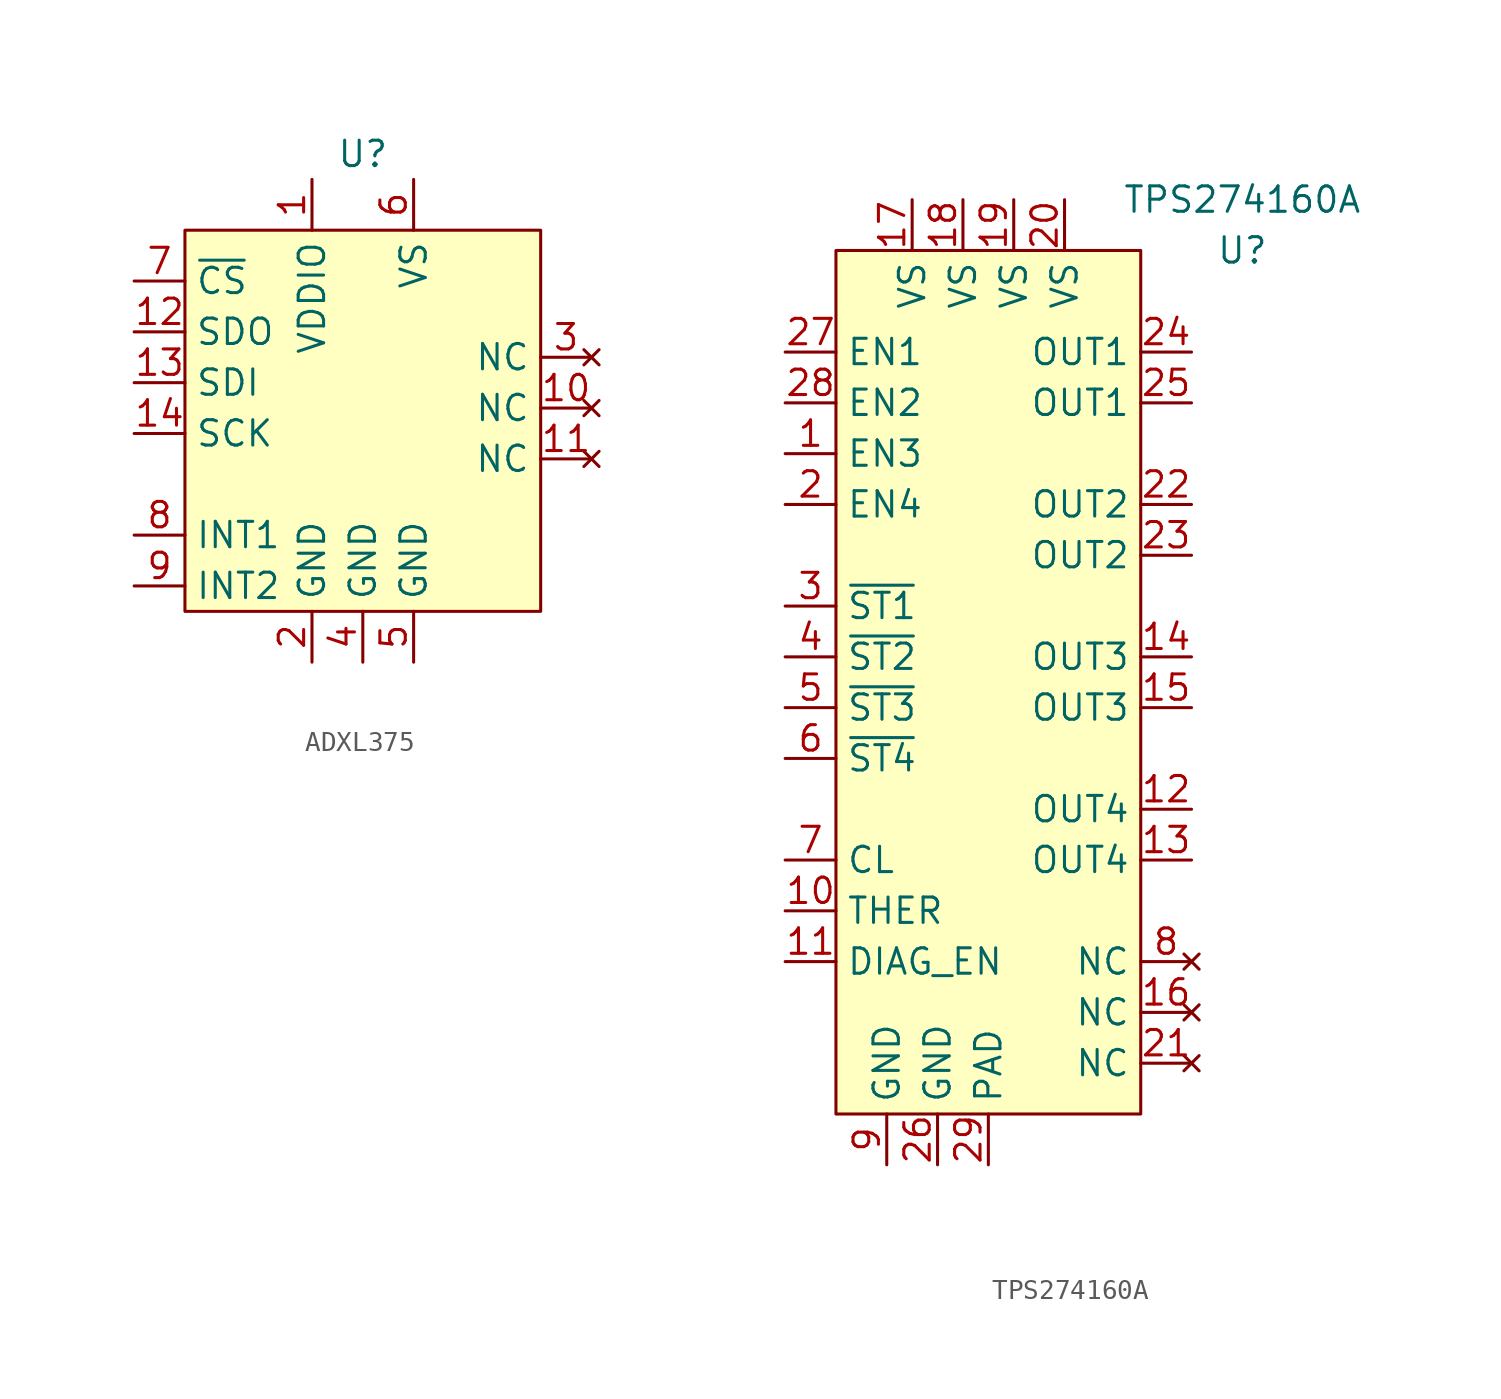
<source format=kicad_sym>
(kicad_symbol_lib
  (version 20220914)
  (generator kicad_symbol_editor)
  (symbol "ADXL375"
    (property "Reference" "U"
      (at 0 12.7 0)
      (effects (font (size 1.27 1.27))))
    (property "Value" ""
      (at 0 -2.54 0)
      (effects (font (size 1.27 1.27))))
    (symbol "ADXL375_1_1"
      (rectangle (start -8.89 8.89) (end 8.89 -10.16) (stroke (width 0) (type default)) (fill (type background)))
      (pin power_in line (at -2.54 11.43 270) (length 2.54) (name "VDDIO" (effects (font (size 1.27 1.27)))) (number "1" (effects (font (size 1.27 1.27)))))
      (pin no_connect line (at 11.43 0 180) (length 2.54) (name "NC" (effects (font (size 1.27 1.27)))) (number "10" (effects (font (size 1.27 1.27)))))
      (pin no_connect line (at 11.43 -2.54 180) (length 2.54) (name "NC" (effects (font (size 1.27 1.27)))) (number "11" (effects (font (size 1.27 1.27)))))
      (pin output line (at -11.43 3.81 0) (length 2.54) (name "SDO" (effects (font (size 1.27 1.27)))) (number "12" (effects (font (size 1.27 1.27)))))
      (pin input line (at -11.43 1.27 0) (length 2.54) (name "SDI" (effects (font (size 1.27 1.27)))) (number "13" (effects (font (size 1.27 1.27)))))
      (pin input line (at -11.43 -1.27 0) (length 2.54) (name "SCK" (effects (font (size 1.27 1.27)))) (number "14" (effects (font (size 1.27 1.27)))))
      (pin power_in line (at -2.54 -12.7 90) (length 2.54) (name "GND" (effects (font (size 1.27 1.27)))) (number "2" (effects (font (size 1.27 1.27)))))
      (pin no_connect line (at 11.43 2.54 180) (length 2.54) (name "NC" (effects (font (size 1.27 1.27)))) (number "3" (effects (font (size 1.27 1.27)))))
      (pin power_in line (at 0 -12.7 90) (length 2.54) (name "GND" (effects (font (size 1.27 1.27)))) (number "4" (effects (font (size 1.27 1.27)))))
      (pin power_in line (at 2.54 -12.7 90) (length 2.54) (name "GND" (effects (font (size 1.27 1.27)))) (number "5" (effects (font (size 1.27 1.27)))))
      (pin power_in line (at 2.54 11.43 270) (length 2.54) (name "VS" (effects (font (size 1.27 1.27)))) (number "6" (effects (font (size 1.27 1.27)))))
      (pin input line (at -11.43 6.35 0) (length 2.54) (name "~{CS}" (effects (font (size 1.27 1.27)))) (number "7" (effects (font (size 1.27 1.27)))))
      (pin output line (at -11.43 -6.35 0) (length 2.54) (name "INT1" (effects (font (size 1.27 1.27)))) (number "8" (effects (font (size 1.27 1.27)))))
      (pin output line (at -11.43 -8.89 0) (length 2.54) (name "INT2" (effects (font (size 1.27 1.27)))) (number "9" (effects (font (size 1.27 1.27)))))))
  (symbol "TPS274160A"
    (property "Reference" "U"
      (at 12.7 20.32 0)
      (effects (font (size 1.27 1.27))))
    (property "Value" "TPS274160A"
      (at 12.7 22.86 0)
      (effects (font (size 1.27 1.27))))
    (symbol "TPS274160A_0_1"
      (rectangle (start -7.62 20.32) (end 7.62 -22.86) (stroke (width 0) (type default)) (fill (type background))))
    (symbol "TPS274160A_1_1"
      (pin input line (at -10.16 10.16 0) (length 2.54) (name "EN3" (effects (font (size 1.27 1.27)))) (number "1" (effects (font (size 1.27 1.27)))))
      (pin input line (at -10.16 -12.7 0) (length 2.54) (name "THER" (effects (font (size 1.27 1.27)))) (number "10" (effects (font (size 1.27 1.27)))))
      (pin input line (at -10.16 -15.24 0) (length 2.54) (name "DIAG_EN" (effects (font (size 1.27 1.27)))) (number "11" (effects (font (size 1.27 1.27)))))
      (pin power_out line (at 10.16 -7.62 180) (length 2.54) (name "OUT4" (effects (font (size 1.27 1.27)))) (number "12" (effects (font (size 1.27 1.27)))))
      (pin power_out line (at 10.16 -10.16 180) (length 2.54) (name "OUT4" (effects (font (size 1.27 1.27)))) (number "13" (effects (font (size 1.27 1.27)))))
      (pin power_out line (at 10.16 0 180) (length 2.54) (name "OUT3" (effects (font (size 1.27 1.27)))) (number "14" (effects (font (size 1.27 1.27)))))
      (pin power_out line (at 10.16 -2.54 180) (length 2.54) (name "OUT3" (effects (font (size 1.27 1.27)))) (number "15" (effects (font (size 1.27 1.27)))))
      (pin no_connect line (at 10.16 -17.78 180) (length 2.54) (name "NC" (effects (font (size 1.27 1.27)))) (number "16" (effects (font (size 1.27 1.27)))))
      (pin power_in line (at -3.81 22.86 270) (length 2.54) (name "VS" (effects (font (size 1.27 1.27)))) (number "17" (effects (font (size 1.27 1.27)))))
      (pin power_in line (at -1.27 22.86 270) (length 2.54) (name "VS" (effects (font (size 1.27 1.27)))) (number "18" (effects (font (size 1.27 1.27)))))
      (pin power_in line (at 1.27 22.86 270) (length 2.54) (name "VS" (effects (font (size 1.27 1.27)))) (number "19" (effects (font (size 1.27 1.27)))))
      (pin input line (at -10.16 7.62 0) (length 2.54) (name "EN4" (effects (font (size 1.27 1.27)))) (number "2" (effects (font (size 1.27 1.27)))))
      (pin power_in line (at 3.81 22.86 270) (length 2.54) (name "VS" (effects (font (size 1.27 1.27)))) (number "20" (effects (font (size 1.27 1.27)))))
      (pin no_connect line (at 10.16 -20.32 180) (length 2.54) (name "NC" (effects (font (size 1.27 1.27)))) (number "21" (effects (font (size 1.27 1.27)))))
      (pin power_out line (at 10.16 7.62 180) (length 2.54) (name "OUT2" (effects (font (size 1.27 1.27)))) (number "22" (effects (font (size 1.27 1.27)))))
      (pin power_out line (at 10.16 5.08 180) (length 2.54) (name "OUT2" (effects (font (size 1.27 1.27)))) (number "23" (effects (font (size 1.27 1.27)))))
      (pin power_out line (at 10.16 15.24 180) (length 2.54) (name "OUT1" (effects (font (size 1.27 1.27)))) (number "24" (effects (font (size 1.27 1.27)))))
      (pin power_out line (at 10.16 12.7 180) (length 2.54) (name "OUT1" (effects (font (size 1.27 1.27)))) (number "25" (effects (font (size 1.27 1.27)))))
      (pin power_in line (at -2.54 -25.4 90) (length 2.54) (name "GND" (effects (font (size 1.27 1.27)))) (number "26" (effects (font (size 1.27 1.27)))))
      (pin input line (at -10.16 15.24 0) (length 2.54) (name "EN1" (effects (font (size 1.27 1.27)))) (number "27" (effects (font (size 1.27 1.27)))))
      (pin input line (at -10.16 12.7 0) (length 2.54) (name "EN2" (effects (font (size 1.27 1.27)))) (number "28" (effects (font (size 1.27 1.27)))))
      (pin power_in line (at 0 -25.4 90) (length 2.54) (name "PAD" (effects (font (size 1.27 1.27)))) (number "29" (effects (font (size 1.27 1.27)))))
      (pin output line (at -10.16 2.54 0) (length 2.54) (name "~{ST1}" (effects (font (size 1.27 1.27)))) (number "3" (effects (font (size 1.27 1.27)))))
      (pin output line (at -10.16 0 0) (length 2.54) (name "~{ST2}" (effects (font (size 1.27 1.27)))) (number "4" (effects (font (size 1.27 1.27)))))
      (pin output line (at -10.16 -2.54 0) (length 2.54) (name "~{ST3}" (effects (font (size 1.27 1.27)))) (number "5" (effects (font (size 1.27 1.27)))))
      (pin output line (at -10.16 -5.08 0) (length 2.54) (name "~{ST4}" (effects (font (size 1.27 1.27)))) (number "6" (effects (font (size 1.27 1.27)))))
      (pin output line (at -10.16 -10.16 0) (length 2.54) (name "CL" (effects (font (size 1.27 1.27)))) (number "7" (effects (font (size 1.27 1.27)))))
      (pin no_connect line (at 10.16 -15.24 180) (length 2.54) (name "NC" (effects (font (size 1.27 1.27)))) (number "8" (effects (font (size 1.27 1.27)))))
      (pin power_in line (at -5.08 -25.4 90) (length 2.54) (name "GND" (effects (font (size 1.27 1.27)))) (number "9" (effects (font (size 1.27 1.27))))))))
</source>
